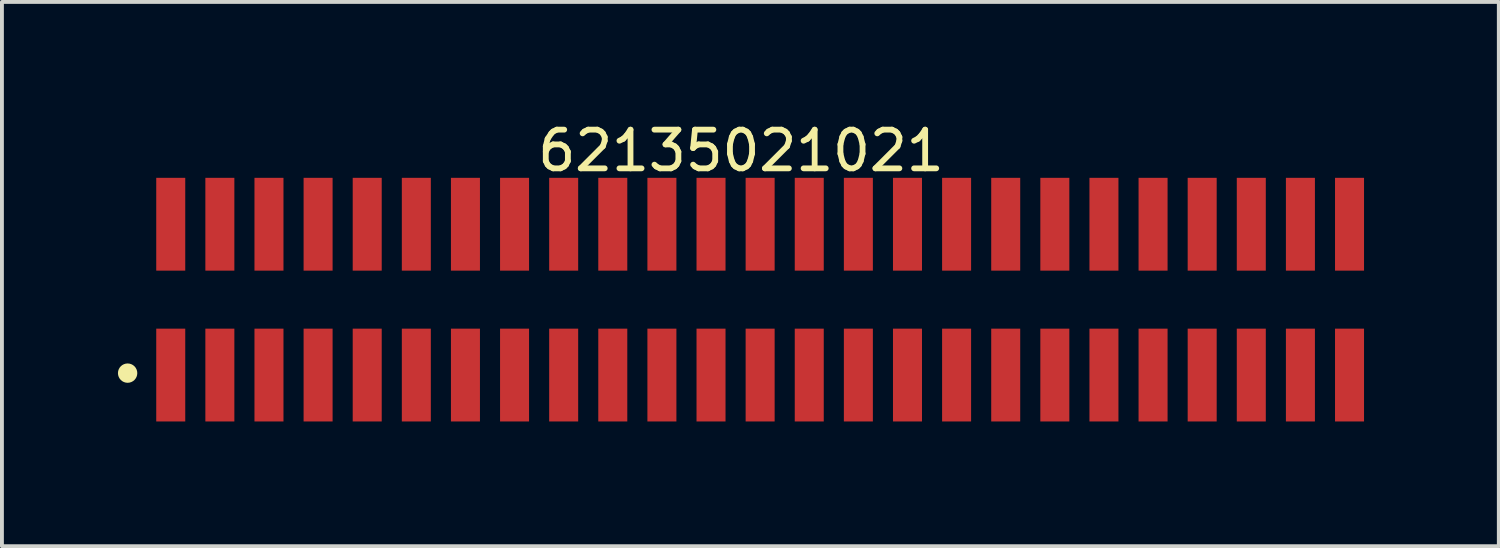
<source format=kicad_pcb>
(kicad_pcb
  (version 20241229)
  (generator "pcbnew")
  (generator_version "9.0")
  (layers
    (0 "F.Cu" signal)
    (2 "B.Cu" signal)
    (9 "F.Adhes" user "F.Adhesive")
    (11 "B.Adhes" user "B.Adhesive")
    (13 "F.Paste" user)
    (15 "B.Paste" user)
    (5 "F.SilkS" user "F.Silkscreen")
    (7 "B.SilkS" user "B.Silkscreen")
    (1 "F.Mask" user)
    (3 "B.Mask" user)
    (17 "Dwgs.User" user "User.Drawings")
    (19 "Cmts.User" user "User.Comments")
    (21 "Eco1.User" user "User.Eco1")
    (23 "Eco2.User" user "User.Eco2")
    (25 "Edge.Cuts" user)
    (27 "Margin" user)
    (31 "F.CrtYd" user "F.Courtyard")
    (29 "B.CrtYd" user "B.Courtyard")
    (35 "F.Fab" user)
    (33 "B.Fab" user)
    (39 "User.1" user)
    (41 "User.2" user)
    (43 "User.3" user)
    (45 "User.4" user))
  (footprint "62135021021"
    (layer "F.Cu")
    (at 16.605 4.698)
    (property "Reference" "62135021021" (at -0.495 -3.85 0) (layer "F.SilkS") (effects (font (size 1 1) (thickness 0.15))))
    (fp_circle (center -16.355 1.9) (end -16.355 1.775) (stroke (width 0.25) (type solid)) (fill no) (layer "F.SilkS"))
    (fp_line (start -16.075 -3.35) (end 16.075 -3.35) (stroke (width 0.05) (type solid)) (layer "Eco2.User"))
    (fp_line (start -16.075 3.35) (end -16.075 -3.35) (stroke (width 0.05) (type solid)) (layer "Eco2.User"))
    (fp_line (start -16.075 3.35) (end 16.075 3.35) (stroke (width 0.05) (type solid)) (layer "Eco2.User"))
    (fp_line (start -15.875 -1.7) (end 15.875 -1.7) (stroke (width 0.1) (type solid)) (layer "Eco2.User"))
    (fp_line (start -15.875 1.7) (end -15.875 -1.7) (stroke (width 0.1) (type solid)) (layer "Eco2.User"))
    (fp_line (start -15.875 1.7) (end 15.875 1.7) (stroke (width 0.1) (type solid)) (layer "Eco2.User"))
    (fp_line (start -15.44 -2.5) (end -15.04 -2.5) (stroke (width 0.1) (type solid)) (layer "Eco2.User"))
    (fp_line (start -15.44 -1.7) (end -15.44 -2.5) (stroke (width 0.1) (type solid)) (layer "Eco2.User"))
    (fp_line (start -15.44 2.5) (end -15.44 1.7) (stroke (width 0.1) (type solid)) (layer "Eco2.User"))
    (fp_line (start -15.44 2.5) (end -15.04 2.5) (stroke (width 0.1) (type solid)) (layer "Eco2.User"))
    (fp_line (start -15.04 -1.7) (end -15.04 -2.5) (stroke (width 0.1) (type solid)) (layer "Eco2.User"))
    (fp_line (start -15.04 2.5) (end -15.04 1.7) (stroke (width 0.1) (type solid)) (layer "Eco2.User"))
    (fp_line (start -14.17 -2.5) (end -13.77 -2.5) (stroke (width 0.1) (type solid)) (layer "Eco2.User"))
    (fp_line (start -14.17 -1.7) (end -14.17 -2.5) (stroke (width 0.1) (type solid)) (layer "Eco2.User"))
    (fp_line (start -14.17 2.5) (end -14.17 1.7) (stroke (width 0.1) (type solid)) (layer "Eco2.User"))
    (fp_line (start -14.17 2.5) (end -13.77 2.5) (stroke (width 0.1) (type solid)) (layer "Eco2.User"))
    (fp_line (start -13.77 -1.7) (end -13.77 -2.5) (stroke (width 0.1) (type solid)) (layer "Eco2.User"))
    (fp_line (start -13.77 2.5) (end -13.77 1.7) (stroke (width 0.1) (type solid)) (layer "Eco2.User"))
    (fp_line (start -12.9 -2.5) (end -12.5 -2.5) (stroke (width 0.1) (type solid)) (layer "Eco2.User"))
    (fp_line (start -12.9 -1.7) (end -12.9 -2.5) (stroke (width 0.1) (type solid)) (layer "Eco2.User"))
    (fp_line (start -12.9 2.5) (end -12.9 1.7) (stroke (width 0.1) (type solid)) (layer "Eco2.User"))
    (fp_line (start -12.9 2.5) (end -12.5 2.5) (stroke (width 0.1) (type solid)) (layer "Eco2.User"))
    (fp_line (start -12.5 -1.7) (end -12.5 -2.5) (stroke (width 0.1) (type solid)) (layer "Eco2.User"))
    (fp_line (start -12.5 2.5) (end -12.5 1.7) (stroke (width 0.1) (type solid)) (layer "Eco2.User"))
    (fp_line (start -11.63 -2.5) (end -11.23 -2.5) (stroke (width 0.1) (type solid)) (layer "Eco2.User"))
    (fp_line (start -11.63 -1.7) (end -11.63 -2.5) (stroke (width 0.1) (type solid)) (layer "Eco2.User"))
    (fp_line (start -11.63 2.5) (end -11.63 1.7) (stroke (width 0.1) (type solid)) (layer "Eco2.User"))
    (fp_line (start -11.63 2.5) (end -11.23 2.5) (stroke (width 0.1) (type solid)) (layer "Eco2.User"))
    (fp_line (start -11.23 -1.7) (end -11.23 -2.5) (stroke (width 0.1) (type solid)) (layer "Eco2.User"))
    (fp_line (start -11.23 2.5) (end -11.23 1.7) (stroke (width 0.1) (type solid)) (layer "Eco2.User"))
    (fp_line (start -10.36 -2.5) (end -9.96 -2.5) (stroke (width 0.1) (type solid)) (layer "Eco2.User"))
    (fp_line (start -10.36 -1.7) (end -10.36 -2.5) (stroke (width 0.1) (type solid)) (layer "Eco2.User"))
    (fp_line (start -10.36 2.5) (end -10.36 1.7) (stroke (width 0.1) (type solid)) (layer "Eco2.User"))
    (fp_line (start -10.36 2.5) (end -9.96 2.5) (stroke (width 0.1) (type solid)) (layer "Eco2.User"))
    (fp_line (start -9.96 -1.7) (end -9.96 -2.5) (stroke (width 0.1) (type solid)) (layer "Eco2.User"))
    (fp_line (start -9.96 2.5) (end -9.96 1.7) (stroke (width 0.1) (type solid)) (layer "Eco2.User"))
    (fp_line (start -9.09 -2.5) (end -8.69 -2.5) (stroke (width 0.1) (type solid)) (layer "Eco2.User"))
    (fp_line (start -9.09 -1.7) (end -9.09 -2.5) (stroke (width 0.1) (type solid)) (layer "Eco2.User"))
    (fp_line (start -9.09 2.5) (end -9.09 1.7) (stroke (width 0.1) (type solid)) (layer "Eco2.User"))
    (fp_line (start -9.09 2.5) (end -8.69 2.5) (stroke (width 0.1) (type solid)) (layer "Eco2.User"))
    (fp_line (start -8.69 -1.7) (end -8.69 -2.5) (stroke (width 0.1) (type solid)) (layer "Eco2.User"))
    (fp_line (start -8.69 2.5) (end -8.69 1.7) (stroke (width 0.1) (type solid)) (layer "Eco2.User"))
    (fp_line (start -7.82 -2.5) (end -7.42 -2.5) (stroke (width 0.1) (type solid)) (layer "Eco2.User"))
    (fp_line (start -7.82 -1.7) (end -7.82 -2.5) (stroke (width 0.1) (type solid)) (layer "Eco2.User"))
    (fp_line (start -7.82 2.5) (end -7.82 1.7) (stroke (width 0.1) (type solid)) (layer "Eco2.User"))
    (fp_line (start -7.82 2.5) (end -7.42 2.5) (stroke (width 0.1) (type solid)) (layer "Eco2.User"))
    (fp_line (start -7.42 -1.7) (end -7.42 -2.5) (stroke (width 0.1) (type solid)) (layer "Eco2.User"))
    (fp_line (start -7.42 2.5) (end -7.42 1.7) (stroke (width 0.1) (type solid)) (layer "Eco2.User"))
    (fp_line (start -6.55 -2.5) (end -6.15 -2.5) (stroke (width 0.1) (type solid)) (layer "Eco2.User"))
    (fp_line (start -6.55 -1.7) (end -6.55 -2.5) (stroke (width 0.1) (type solid)) (layer "Eco2.User"))
    (fp_line (start -6.55 2.5) (end -6.55 1.7) (stroke (width 0.1) (type solid)) (layer "Eco2.User"))
    (fp_line (start -6.55 2.5) (end -6.15 2.5) (stroke (width 0.1) (type solid)) (layer "Eco2.User"))
    (fp_line (start -6.15 -1.7) (end -6.15 -2.5) (stroke (width 0.1) (type solid)) (layer "Eco2.User"))
    (fp_line (start -6.15 2.5) (end -6.15 1.7) (stroke (width 0.1) (type solid)) (layer "Eco2.User"))
    (fp_line (start -5.28 -2.5) (end -4.88 -2.5) (stroke (width 0.1) (type solid)) (layer "Eco2.User"))
    (fp_line (start -5.28 -1.7) (end -5.28 -2.5) (stroke (width 0.1) (type solid)) (layer "Eco2.User"))
    (fp_line (start -5.28 2.5) (end -5.28 1.7) (stroke (width 0.1) (type solid)) (layer "Eco2.User"))
    (fp_line (start -5.28 2.5) (end -4.88 2.5) (stroke (width 0.1) (type solid)) (layer "Eco2.User"))
    (fp_line (start -4.88 -1.7) (end -4.88 -2.5) (stroke (width 0.1) (type solid)) (layer "Eco2.User"))
    (fp_line (start -4.88 2.5) (end -4.88 1.7) (stroke (width 0.1) (type solid)) (layer "Eco2.User"))
    (fp_line (start -4.01 -2.5) (end -3.61 -2.5) (stroke (width 0.1) (type solid)) (layer "Eco2.User"))
    (fp_line (start -4.01 -1.7) (end -4.01 -2.5) (stroke (width 0.1) (type solid)) (layer "Eco2.User"))
    (fp_line (start -4.01 2.5) (end -4.01 1.7) (stroke (width 0.1) (type solid)) (layer "Eco2.User"))
    (fp_line (start -4.01 2.5) (end -3.61 2.5) (stroke (width 0.1) (type solid)) (layer "Eco2.User"))
    (fp_line (start -3.61 -1.7) (end -3.61 -2.5) (stroke (width 0.1) (type solid)) (layer "Eco2.User"))
    (fp_line (start -3.61 2.5) (end -3.61 1.7) (stroke (width 0.1) (type solid)) (layer "Eco2.User"))
    (fp_line (start -2.74 -2.5) (end -2.34 -2.5) (stroke (width 0.1) (type solid)) (layer "Eco2.User"))
    (fp_line (start -2.74 -1.7) (end -2.74 -2.5) (stroke (width 0.1) (type solid)) (layer "Eco2.User"))
    (fp_line (start -2.74 2.5) (end -2.74 1.7) (stroke (width 0.1) (type solid)) (layer "Eco2.User"))
    (fp_line (start -2.74 2.5) (end -2.34 2.5) (stroke (width 0.1) (type solid)) (layer "Eco2.User"))
    (fp_line (start -2.34 -1.7) (end -2.34 -2.5) (stroke (width 0.1) (type solid)) (layer "Eco2.User"))
    (fp_line (start -2.34 2.5) (end -2.34 1.7) (stroke (width 0.1) (type solid)) (layer "Eco2.User"))
    (fp_line (start -1.47 -2.5) (end -1.07 -2.5) (stroke (width 0.1) (type solid)) (layer "Eco2.User"))
    (fp_line (start -1.47 -1.7) (end -1.47 -2.5) (stroke (width 0.1) (type solid)) (layer "Eco2.User"))
    (fp_line (start -1.47 2.5) (end -1.47 1.7) (stroke (width 0.1) (type solid)) (layer "Eco2.User"))
    (fp_line (start -1.47 2.5) (end -1.07 2.5) (stroke (width 0.1) (type solid)) (layer "Eco2.User"))
    (fp_line (start -1.07 -1.7) (end -1.07 -2.5) (stroke (width 0.1) (type solid)) (layer "Eco2.User"))
    (fp_line (start -1.07 2.5) (end -1.07 1.7) (stroke (width 0.1) (type solid)) (layer "Eco2.User"))
    (fp_line (start -0.5 0) (end 0.5 0) (stroke (width 0.05) (type solid)) (layer "Eco2.User"))
    (fp_line (start -0.2 -2.5) (end 0.2 -2.5) (stroke (width 0.1) (type solid)) (layer "Eco2.User"))
    (fp_line (start -0.2 -1.7) (end -0.2 -2.5) (stroke (width 0.1) (type solid)) (layer "Eco2.User"))
    (fp_line (start -0.2 2.5) (end -0.2 1.7) (stroke (width 0.1) (type solid)) (layer "Eco2.User"))
    (fp_line (start -0.2 2.5) (end 0.2 2.5) (stroke (width 0.1) (type solid)) (layer "Eco2.User"))
    (fp_line (start 0 0.5) (end 0 -0.5) (stroke (width 0.05) (type solid)) (layer "Eco2.User"))
    (fp_line (start 0.2 -1.7) (end 0.2 -2.5) (stroke (width 0.1) (type solid)) (layer "Eco2.User"))
    (fp_line (start 0.2 2.5) (end 0.2 1.7) (stroke (width 0.1) (type solid)) (layer "Eco2.User"))
    (fp_line (start 1.07 -2.5) (end 1.47 -2.5) (stroke (width 0.1) (type solid)) (layer "Eco2.User"))
    (fp_line (start 1.07 -1.7) (end 1.07 -2.5) (stroke (width 0.1) (type solid)) (layer "Eco2.User"))
    (fp_line (start 1.07 2.5) (end 1.07 1.7) (stroke (width 0.1) (type solid)) (layer "Eco2.User"))
    (fp_line (start 1.07 2.5) (end 1.47 2.5) (stroke (width 0.1) (type solid)) (layer "Eco2.User"))
    (fp_line (start 1.47 -1.7) (end 1.47 -2.5) (stroke (width 0.1) (type solid)) (layer "Eco2.User"))
    (fp_line (start 1.47 2.5) (end 1.47 1.7) (stroke (width 0.1) (type solid)) (layer "Eco2.User"))
    (fp_line (start 2.34 -2.5) (end 2.74 -2.5) (stroke (width 0.1) (type solid)) (layer "Eco2.User"))
    (fp_line (start 2.34 -1.7) (end 2.34 -2.5) (stroke (width 0.1) (type solid)) (layer "Eco2.User"))
    (fp_line (start 2.34 2.5) (end 2.34 1.7) (stroke (width 0.1) (type solid)) (layer "Eco2.User"))
    (fp_line (start 2.34 2.5) (end 2.74 2.5) (stroke (width 0.1) (type solid)) (layer "Eco2.User"))
    (fp_line (start 2.74 -1.7) (end 2.74 -2.5) (stroke (width 0.1) (type solid)) (layer "Eco2.User"))
    (fp_line (start 2.74 2.5) (end 2.74 1.7) (stroke (width 0.1) (type solid)) (layer "Eco2.User"))
    (fp_line (start 3.61 -2.5) (end 4.01 -2.5) (stroke (width 0.1) (type solid)) (layer "Eco2.User"))
    (fp_line (start 3.61 -1.7) (end 3.61 -2.5) (stroke (width 0.1) (type solid)) (layer "Eco2.User"))
    (fp_line (start 3.61 2.5) (end 3.61 1.7) (stroke (width 0.1) (type solid)) (layer "Eco2.User"))
    (fp_line (start 3.61 2.5) (end 4.01 2.5) (stroke (width 0.1) (type solid)) (layer "Eco2.User"))
    (fp_line (start 4.01 -1.7) (end 4.01 -2.5) (stroke (width 0.1) (type solid)) (layer "Eco2.User"))
    (fp_line (start 4.01 2.5) (end 4.01 1.7) (stroke (width 0.1) (type solid)) (layer "Eco2.User"))
    (fp_line (start 4.88 -2.5) (end 5.28 -2.5) (stroke (width 0.1) (type solid)) (layer "Eco2.User"))
    (fp_line (start 4.88 -1.7) (end 4.88 -2.5) (stroke (width 0.1) (type solid)) (layer "Eco2.User"))
    (fp_line (start 4.88 2.5) (end 4.88 1.7) (stroke (width 0.1) (type solid)) (layer "Eco2.User"))
    (fp_line (start 4.88 2.5) (end 5.28 2.5) (stroke (width 0.1) (type solid)) (layer "Eco2.User"))
    (fp_line (start 5.28 -1.7) (end 5.28 -2.5) (stroke (width 0.1) (type solid)) (layer "Eco2.User"))
    (fp_line (start 5.28 2.5) (end 5.28 1.7) (stroke (width 0.1) (type solid)) (layer "Eco2.User"))
    (fp_line (start 6.15 -2.5) (end 6.55 -2.5) (stroke (width 0.1) (type solid)) (layer "Eco2.User"))
    (fp_line (start 6.15 -1.7) (end 6.15 -2.5) (stroke (width 0.1) (type solid)) (layer "Eco2.User"))
    (fp_line (start 6.15 2.5) (end 6.15 1.7) (stroke (width 0.1) (type solid)) (layer "Eco2.User"))
    (fp_line (start 6.15 2.5) (end 6.55 2.5) (stroke (width 0.1) (type solid)) (layer "Eco2.User"))
    (fp_line (start 6.55 -1.7) (end 6.55 -2.5) (stroke (width 0.1) (type solid)) (layer "Eco2.User"))
    (fp_line (start 6.55 2.5) (end 6.55 1.7) (stroke (width 0.1) (type solid)) (layer "Eco2.User"))
    (fp_line (start 7.42 -2.5) (end 7.82 -2.5) (stroke (width 0.1) (type solid)) (layer "Eco2.User"))
    (fp_line (start 7.42 -1.7) (end 7.42 -2.5) (stroke (width 0.1) (type solid)) (layer "Eco2.User"))
    (fp_line (start 7.42 2.5) (end 7.42 1.7) (stroke (width 0.1) (type solid)) (layer "Eco2.User"))
    (fp_line (start 7.42 2.5) (end 7.82 2.5) (stroke (width 0.1) (type solid)) (layer "Eco2.User"))
    (fp_line (start 7.82 -1.7) (end 7.82 -2.5) (stroke (width 0.1) (type solid)) (layer "Eco2.User"))
    (fp_line (start 7.82 2.5) (end 7.82 1.7) (stroke (width 0.1) (type solid)) (layer "Eco2.User"))
    (fp_line (start 8.69 -2.5) (end 9.09 -2.5) (stroke (width 0.1) (type solid)) (layer "Eco2.User"))
    (fp_line (start 8.69 -1.7) (end 8.69 -2.5) (stroke (width 0.1) (type solid)) (layer "Eco2.User"))
    (fp_line (start 8.69 2.5) (end 8.69 1.7) (stroke (width 0.1) (type solid)) (layer "Eco2.User"))
    (fp_line (start 8.69 2.5) (end 9.09 2.5) (stroke (width 0.1) (type solid)) (layer "Eco2.User"))
    (fp_line (start 9.09 -1.7) (end 9.09 -2.5) (stroke (width 0.1) (type solid)) (layer "Eco2.User"))
    (fp_line (start 9.09 2.5) (end 9.09 1.7) (stroke (width 0.1) (type solid)) (layer "Eco2.User"))
    (fp_line (start 9.96 -2.5) (end 10.36 -2.5) (stroke (width 0.1) (type solid)) (layer "Eco2.User"))
    (fp_line (start 9.96 -1.7) (end 9.96 -2.5) (stroke (width 0.1) (type solid)) (layer "Eco2.User"))
    (fp_line (start 9.96 2.5) (end 9.96 1.7) (stroke (width 0.1) (type solid)) (layer "Eco2.User"))
    (fp_line (start 9.96 2.5) (end 10.36 2.5) (stroke (width 0.1) (type solid)) (layer "Eco2.User"))
    (fp_line (start 10.36 -1.7) (end 10.36 -2.5) (stroke (width 0.1) (type solid)) (layer "Eco2.User"))
    (fp_line (start 10.36 2.5) (end 10.36 1.7) (stroke (width 0.1) (type solid)) (layer "Eco2.User"))
    (fp_line (start 11.23 -2.5) (end 11.63 -2.5) (stroke (width 0.1) (type solid)) (layer "Eco2.User"))
    (fp_line (start 11.23 -1.7) (end 11.23 -2.5) (stroke (width 0.1) (type solid)) (layer "Eco2.User"))
    (fp_line (start 11.23 2.5) (end 11.23 1.7) (stroke (width 0.1) (type solid)) (layer "Eco2.User"))
    (fp_line (start 11.23 2.5) (end 11.63 2.5) (stroke (width 0.1) (type solid)) (layer "Eco2.User"))
    (fp_line (start 11.63 -1.7) (end 11.63 -2.5) (stroke (width 0.1) (type solid)) (layer "Eco2.User"))
    (fp_line (start 11.63 2.5) (end 11.63 1.7) (stroke (width 0.1) (type solid)) (layer "Eco2.User"))
    (fp_line (start 12.5 -2.5) (end 12.9 -2.5) (stroke (width 0.1) (type solid)) (layer "Eco2.User"))
    (fp_line (start 12.5 -1.7) (end 12.5 -2.5) (stroke (width 0.1) (type solid)) (layer "Eco2.User"))
    (fp_line (start 12.5 2.5) (end 12.5 1.7) (stroke (width 0.1) (type solid)) (layer "Eco2.User"))
    (fp_line (start 12.5 2.5) (end 12.9 2.5) (stroke (width 0.1) (type solid)) (layer "Eco2.User"))
    (fp_line (start 12.9 -1.7) (end 12.9 -2.5) (stroke (width 0.1) (type solid)) (layer "Eco2.User"))
    (fp_line (start 12.9 2.5) (end 12.9 1.7) (stroke (width 0.1) (type solid)) (layer "Eco2.User"))
    (fp_line (start 13.77 -2.5) (end 14.17 -2.5) (stroke (width 0.1) (type solid)) (layer "Eco2.User"))
    (fp_line (start 13.77 -1.7) (end 13.77 -2.5) (stroke (width 0.1) (type solid)) (layer "Eco2.User"))
    (fp_line (start 13.77 2.5) (end 13.77 1.7) (stroke (width 0.1) (type solid)) (layer "Eco2.User"))
    (fp_line (start 13.77 2.5) (end 14.17 2.5) (stroke (width 0.1) (type solid)) (layer "Eco2.User"))
    (fp_line (start 14.17 -1.7) (end 14.17 -2.5) (stroke (width 0.1) (type solid)) (layer "Eco2.User"))
    (fp_line (start 14.17 2.5) (end 14.17 1.7) (stroke (width 0.1) (type solid)) (layer "Eco2.User"))
    (fp_line (start 15.04 -2.5) (end 15.44 -2.5) (stroke (width 0.1) (type solid)) (layer "Eco2.User"))
    (fp_line (start 15.04 -1.7) (end 15.04 -2.5) (stroke (width 0.1) (type solid)) (layer "Eco2.User"))
    (fp_line (start 15.04 2.5) (end 15.04 1.7) (stroke (width 0.1) (type solid)) (layer "Eco2.User"))
    (fp_line (start 15.04 2.5) (end 15.44 2.5) (stroke (width 0.1) (type solid)) (layer "Eco2.User"))
    (fp_line (start 15.44 -1.7) (end 15.44 -2.5) (stroke (width 0.1) (type solid)) (layer "Eco2.User"))
    (fp_line (start 15.44 2.5) (end 15.44 1.7) (stroke (width 0.1) (type solid)) (layer "Eco2.User"))
    (fp_line (start 15.875 1.7) (end 15.875 -1.7) (stroke (width 0.1) (type solid)) (layer "Eco2.User"))
    (fp_line (start 16.075 3.35) (end 16.075 -3.35) (stroke (width 0.05) (type solid)) (layer "Eco2.User"))
    (fp_text user "${REFERENCE}" (at 0.15 -0.197 0) (unlocked yes) (layer "User.3") (effects (font (size 1.5 1.5) (thickness 0.15))))
    (pad "1" smd rect (at -15.24 1.95) (size 0.75 2.4) (layers "F.Cu" "F.Mask" "F.Paste"))
    (pad "2" smd rect (at -15.24 -1.95) (size 0.75 2.4) (layers "F.Cu" "F.Mask" "F.Paste"))
    (pad "3" smd rect (at -13.97 1.95) (size 0.75 2.4) (layers "F.Cu" "F.Mask" "F.Paste"))
    (pad "4" smd rect (at -13.97 -1.95) (size 0.75 2.4) (layers "F.Cu" "F.Mask" "F.Paste"))
    (pad "5" smd rect (at -12.7 1.95) (size 0.75 2.4) (layers "F.Cu" "F.Mask" "F.Paste"))
    (pad "6" smd rect (at -12.7 -1.95) (size 0.75 2.4) (layers "F.Cu" "F.Mask" "F.Paste"))
    (pad "7" smd rect (at -11.43 1.95) (size 0.75 2.4) (layers "F.Cu" "F.Mask" "F.Paste"))
    (pad "8" smd rect (at -11.43 -1.95) (size 0.75 2.4) (layers "F.Cu" "F.Mask" "F.Paste"))
    (pad "9" smd rect (at -10.16 1.95) (size 0.75 2.4) (layers "F.Cu" "F.Mask" "F.Paste"))
    (pad "10" smd rect (at -10.16 -1.95) (size 0.75 2.4) (layers "F.Cu" "F.Mask" "F.Paste"))
    (pad "11" smd rect (at -8.89 1.95) (size 0.75 2.4) (layers "F.Cu" "F.Mask" "F.Paste"))
    (pad "12" smd rect (at -8.89 -1.95) (size 0.75 2.4) (layers "F.Cu" "F.Mask" "F.Paste"))
    (pad "13" smd rect (at -7.62 1.95) (size 0.75 2.4) (layers "F.Cu" "F.Mask" "F.Paste"))
    (pad "14" smd rect (at -7.62 -1.95) (size 0.75 2.4) (layers "F.Cu" "F.Mask" "F.Paste"))
    (pad "15" smd rect (at -6.35 1.95) (size 0.75 2.4) (layers "F.Cu" "F.Mask" "F.Paste"))
    (pad "16" smd rect (at -6.35 -1.95) (size 0.75 2.4) (layers "F.Cu" "F.Mask" "F.Paste"))
    (pad "17" smd rect (at -5.08 1.95) (size 0.75 2.4) (layers "F.Cu" "F.Mask" "F.Paste"))
    (pad "18" smd rect (at -5.08 -1.95) (size 0.75 2.4) (layers "F.Cu" "F.Mask" "F.Paste"))
    (pad "19" smd rect (at -3.81 1.95) (size 0.75 2.4) (layers "F.Cu" "F.Mask" "F.Paste"))
    (pad "20" smd rect (at -3.81 -1.95) (size 0.75 2.4) (layers "F.Cu" "F.Mask" "F.Paste"))
    (pad "21" smd rect (at -2.54 1.95) (size 0.75 2.4) (layers "F.Cu" "F.Mask" "F.Paste"))
    (pad "22" smd rect (at -2.54 -1.95) (size 0.75 2.4) (layers "F.Cu" "F.Mask" "F.Paste"))
    (pad "23" smd rect (at -1.27 1.95) (size 0.75 2.4) (layers "F.Cu" "F.Mask" "F.Paste"))
    (pad "24" smd rect (at -1.27 -1.95) (size 0.75 2.4) (layers "F.Cu" "F.Mask" "F.Paste"))
    (pad "25" smd rect (at 0 1.95) (size 0.75 2.4) (layers "F.Cu" "F.Mask" "F.Paste"))
    (pad "26" smd rect (at 0 -1.95) (size 0.75 2.4) (layers "F.Cu" "F.Mask" "F.Paste"))
    (pad "27" smd rect (at 1.27 1.95) (size 0.75 2.4) (layers "F.Cu" "F.Mask" "F.Paste"))
    (pad "28" smd rect (at 1.27 -1.95) (size 0.75 2.4) (layers "F.Cu" "F.Mask" "F.Paste"))
    (pad "29" smd rect (at 2.54 1.95) (size 0.75 2.4) (layers "F.Cu" "F.Mask" "F.Paste"))
    (pad "30" smd rect (at 2.54 -1.95) (size 0.75 2.4) (layers "F.Cu" "F.Mask" "F.Paste"))
    (pad "31" smd rect (at 3.81 1.95) (size 0.75 2.4) (layers "F.Cu" "F.Mask" "F.Paste"))
    (pad "32" smd rect (at 3.81 -1.95) (size 0.75 2.4) (layers "F.Cu" "F.Mask" "F.Paste"))
    (pad "33" smd rect (at 5.08 1.95) (size 0.75 2.4) (layers "F.Cu" "F.Mask" "F.Paste"))
    (pad "34" smd rect (at 5.08 -1.95) (size 0.75 2.4) (layers "F.Cu" "F.Mask" "F.Paste"))
    (pad "35" smd rect (at 6.35 1.95) (size 0.75 2.4) (layers "F.Cu" "F.Mask" "F.Paste"))
    (pad "36" smd rect (at 6.35 -1.95) (size 0.75 2.4) (layers "F.Cu" "F.Mask" "F.Paste"))
    (pad "37" smd rect (at 7.62 1.95) (size 0.75 2.4) (layers "F.Cu" "F.Mask" "F.Paste"))
    (pad "38" smd rect (at 7.62 -1.95) (size 0.75 2.4) (layers "F.Cu" "F.Mask" "F.Paste"))
    (pad "39" smd rect (at 8.89 1.95) (size 0.75 2.4) (layers "F.Cu" "F.Mask" "F.Paste"))
    (pad "40" smd rect (at 8.89 -1.95) (size 0.75 2.4) (layers "F.Cu" "F.Mask" "F.Paste"))
    (pad "41" smd rect (at 10.16 1.95) (size 0.75 2.4) (layers "F.Cu" "F.Mask" "F.Paste"))
    (pad "42" smd rect (at 10.16 -1.95) (size 0.75 2.4) (layers "F.Cu" "F.Mask" "F.Paste"))
    (pad "43" smd rect (at 11.43 1.95) (size 0.75 2.4) (layers "F.Cu" "F.Mask" "F.Paste"))
    (pad "44" smd rect (at 11.43 -1.95) (size 0.75 2.4) (layers "F.Cu" "F.Mask" "F.Paste"))
    (pad "45" smd rect (at 12.7 1.95) (size 0.75 2.4) (layers "F.Cu" "F.Mask" "F.Paste"))
    (pad "46" smd rect (at 12.7 -1.95) (size 0.75 2.4) (layers "F.Cu" "F.Mask" "F.Paste"))
    (pad "47" smd rect (at 13.97 1.95) (size 0.75 2.4) (layers "F.Cu" "F.Mask" "F.Paste"))
    (pad "48" smd rect (at 13.97 -1.95) (size 0.75 2.4) (layers "F.Cu" "F.Mask" "F.Paste"))
    (pad "49" smd rect (at 15.24 1.95) (size 0.75 2.4) (layers "F.Cu" "F.Mask" "F.Paste"))
    (pad "50" smd rect (at 15.24 -1.95) (size 0.75 2.4) (layers "F.Cu" "F.Mask" "F.Paste")))
  (gr_rect
    (start -3 -3)
    (end 35.705 11.073)
    (stroke (width 0.1) (type default))
    (fill no)
    (layer "Edge.Cuts")))
</source>
